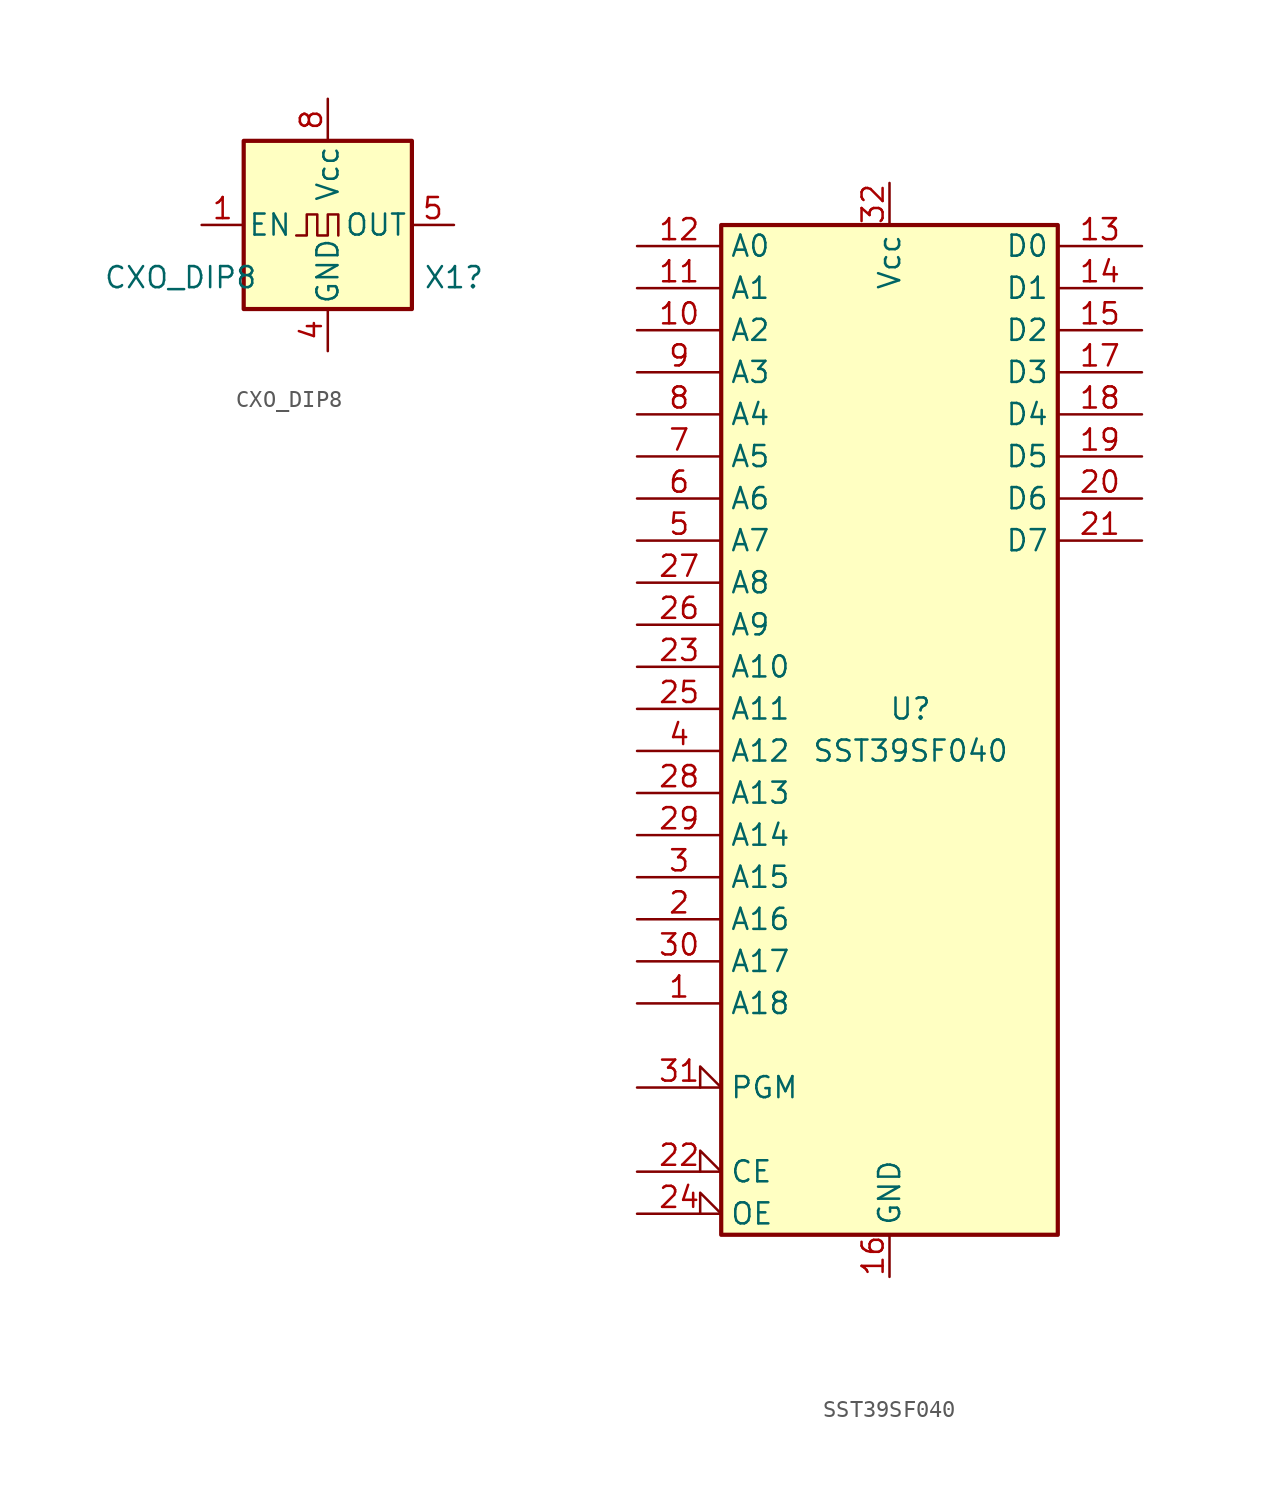
<source format=kicad_sym>
(kicad_symbol_lib
  (version 20211014)
  (generator kicad_symbol_editor)
  (symbol "CXO_DIP8"
    (pin_names
      (offset 0.254))
    (property "Reference" "X1"
      (at 7.62 -3.175 0)
      (effects (font (size 1.27 1.27))))
    (property "Value" "CXO_DIP8"
      (at -8.89 -3.175 0)
      (effects (font (size 1.27 1.27))))
    (symbol "CXO_DIP8_0_1"
      (rectangle (start -5.08 5.08) (end 5.08 -5.08) (stroke (width 0.254) (type default) (color 0 0 0 0)) (fill (type background)))
      (polyline (pts (xy -1.905 -0.635) (xy -1.27 -0.635) (xy -1.27 0.635) (xy -0.635 0.635) (xy -0.635 -0.635) (xy 0 -0.635) (xy 0 0.635) (xy 0.635 0.635) (xy 0.635 -0.635)) (stroke (width 0) (type default) (color 0 0 0 0)) (fill (type none))))
    (symbol "CXO_DIP8_1_1"
      (pin input line (at -7.62 0 0) (length 2.54) (name "EN" (effects (font (size 1.27 1.27)))) (number "1" (effects (font (size 1.27 1.27)))))
      (pin power_in line (at 0 -7.62 90) (length 2.54) (name "GND" (effects (font (size 1.27 1.27)))) (number "4" (effects (font (size 1.27 1.27)))))
      (pin output line (at 7.62 0 180) (length 2.54) (name "OUT" (effects (font (size 1.27 1.27)))) (number "5" (effects (font (size 1.27 1.27)))))
      (pin power_in line (at 0 7.62 270) (length 2.54) (name "Vcc" (effects (font (size 1.27 1.27)))) (number "8" (effects (font (size 1.27 1.27)))))))
  (symbol "SST39SF040"
    (property "Reference" "U"
      (at 0 0 0)
      (effects (font (size 1.27 1.27))))
    (property "Value" "SST39SF040"
      (at 0 -2.54 0)
      (effects (font (size 1.27 1.27))))
    (symbol "SST39SF040_0_1"
      (rectangle (start -11.43 29.21) (end 8.89 -31.75) (stroke (width 0.254) (type default) (color 0 0 0 0)) (fill (type background))))
    (symbol "SST39SF040_1_1"
      (pin input line (at -16.51 -17.78 0) (length 5.08) (name "A18" (effects (font (size 1.27 1.27)))) (number "1" (effects (font (size 1.27 1.27)))))
      (pin input line (at -16.51 22.86 0) (length 5.08) (name "A2" (effects (font (size 1.27 1.27)))) (number "10" (effects (font (size 1.27 1.27)))))
      (pin input line (at -16.51 25.4 0) (length 5.08) (name "A1" (effects (font (size 1.27 1.27)))) (number "11" (effects (font (size 1.27 1.27)))))
      (pin input line (at -16.51 27.94 0) (length 5.08) (name "A0" (effects (font (size 1.27 1.27)))) (number "12" (effects (font (size 1.27 1.27)))))
      (pin tri_state line (at 13.97 27.94 180) (length 5.08) (name "D0" (effects (font (size 1.27 1.27)))) (number "13" (effects (font (size 1.27 1.27)))))
      (pin tri_state line (at 13.97 25.4 180) (length 5.08) (name "D1" (effects (font (size 1.27 1.27)))) (number "14" (effects (font (size 1.27 1.27)))))
      (pin tri_state line (at 13.97 22.86 180) (length 5.08) (name "D2" (effects (font (size 1.27 1.27)))) (number "15" (effects (font (size 1.27 1.27)))))
      (pin power_in line (at -1.27 -34.29 90) (length 2.54) (name "GND" (effects (font (size 1.27 1.27)))) (number "16" (effects (font (size 1.27 1.27)))))
      (pin tri_state line (at 13.97 20.32 180) (length 5.08) (name "D3" (effects (font (size 1.27 1.27)))) (number "17" (effects (font (size 1.27 1.27)))))
      (pin tri_state line (at 13.97 17.78 180) (length 5.08) (name "D4" (effects (font (size 1.27 1.27)))) (number "18" (effects (font (size 1.27 1.27)))))
      (pin tri_state line (at 13.97 15.24 180) (length 5.08) (name "D5" (effects (font (size 1.27 1.27)))) (number "19" (effects (font (size 1.27 1.27)))))
      (pin input line (at -16.51 -12.7 0) (length 5.08) (name "A16" (effects (font (size 1.27 1.27)))) (number "2" (effects (font (size 1.27 1.27)))))
      (pin tri_state line (at 13.97 12.7 180) (length 5.08) (name "D6" (effects (font (size 1.27 1.27)))) (number "20" (effects (font (size 1.27 1.27)))))
      (pin tri_state line (at 13.97 10.16 180) (length 5.08) (name "D7" (effects (font (size 1.27 1.27)))) (number "21" (effects (font (size 1.27 1.27)))))
      (pin input input_low (at -16.51 -27.94 0) (length 5.08) (name "CE" (effects (font (size 1.27 1.27)))) (number "22" (effects (font (size 1.27 1.27)))))
      (pin input line (at -16.51 2.54 0) (length 5.08) (name "A10" (effects (font (size 1.27 1.27)))) (number "23" (effects (font (size 1.27 1.27)))))
      (pin input input_low (at -16.51 -30.48 0) (length 5.08) (name "OE" (effects (font (size 1.27 1.27)))) (number "24" (effects (font (size 1.27 1.27)))))
      (pin input line (at -16.51 0 0) (length 5.08) (name "A11" (effects (font (size 1.27 1.27)))) (number "25" (effects (font (size 1.27 1.27)))))
      (pin input line (at -16.51 5.08 0) (length 5.08) (name "A9" (effects (font (size 1.27 1.27)))) (number "26" (effects (font (size 1.27 1.27)))))
      (pin input line (at -16.51 7.62 0) (length 5.08) (name "A8" (effects (font (size 1.27 1.27)))) (number "27" (effects (font (size 1.27 1.27)))))
      (pin input line (at -16.51 -5.08 0) (length 5.08) (name "A13" (effects (font (size 1.27 1.27)))) (number "28" (effects (font (size 1.27 1.27)))))
      (pin input line (at -16.51 -7.62 0) (length 5.08) (name "A14" (effects (font (size 1.27 1.27)))) (number "29" (effects (font (size 1.27 1.27)))))
      (pin input line (at -16.51 -10.16 0) (length 5.08) (name "A15" (effects (font (size 1.27 1.27)))) (number "3" (effects (font (size 1.27 1.27)))))
      (pin input line (at -16.51 -15.24 0) (length 5.08) (name "A17" (effects (font (size 1.27 1.27)))) (number "30" (effects (font (size 1.27 1.27)))))
      (pin input input_low (at -16.51 -22.86 0) (length 5.08) (name "PGM" (effects (font (size 1.27 1.27)))) (number "31" (effects (font (size 1.27 1.27)))))
      (pin power_in line (at -1.27 31.75 270) (length 2.54) (name "Vcc" (effects (font (size 1.27 1.27)))) (number "32" (effects (font (size 1.27 1.27)))))
      (pin input line (at -16.51 -2.54 0) (length 5.08) (name "A12" (effects (font (size 1.27 1.27)))) (number "4" (effects (font (size 1.27 1.27)))))
      (pin input line (at -16.51 10.16 0) (length 5.08) (name "A7" (effects (font (size 1.27 1.27)))) (number "5" (effects (font (size 1.27 1.27)))))
      (pin input line (at -16.51 12.7 0) (length 5.08) (name "A6" (effects (font (size 1.27 1.27)))) (number "6" (effects (font (size 1.27 1.27)))))
      (pin input line (at -16.51 15.24 0) (length 5.08) (name "A5" (effects (font (size 1.27 1.27)))) (number "7" (effects (font (size 1.27 1.27)))))
      (pin input line (at -16.51 17.78 0) (length 5.08) (name "A4" (effects (font (size 1.27 1.27)))) (number "8" (effects (font (size 1.27 1.27)))))
      (pin input line (at -16.51 20.32 0) (length 5.08) (name "A3" (effects (font (size 1.27 1.27)))) (number "9" (effects (font (size 1.27 1.27))))))))
</source>
